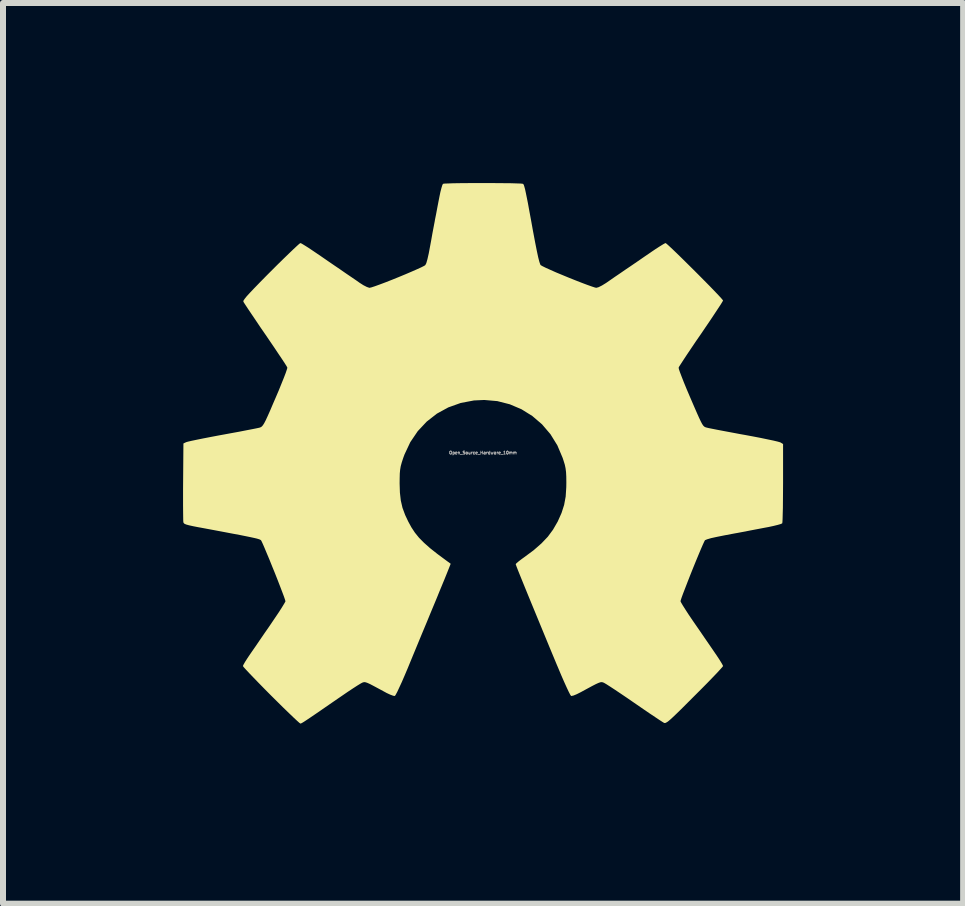
<source format=kicad_pcb>
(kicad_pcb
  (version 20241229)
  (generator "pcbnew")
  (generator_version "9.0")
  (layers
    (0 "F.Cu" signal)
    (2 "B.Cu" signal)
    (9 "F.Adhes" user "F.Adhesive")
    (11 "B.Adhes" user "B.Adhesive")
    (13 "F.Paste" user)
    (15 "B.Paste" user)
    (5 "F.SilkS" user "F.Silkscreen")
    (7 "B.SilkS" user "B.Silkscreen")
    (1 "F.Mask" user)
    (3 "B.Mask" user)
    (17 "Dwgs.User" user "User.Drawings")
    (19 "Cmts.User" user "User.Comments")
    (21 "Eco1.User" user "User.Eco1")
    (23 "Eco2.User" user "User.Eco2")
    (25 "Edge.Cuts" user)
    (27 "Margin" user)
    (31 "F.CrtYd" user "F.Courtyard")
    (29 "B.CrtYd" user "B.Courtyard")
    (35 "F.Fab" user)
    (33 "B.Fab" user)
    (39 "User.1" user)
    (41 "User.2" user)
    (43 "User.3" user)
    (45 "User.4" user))
  (footprint "Open_Source_Hardware_10mm"
    (layer "F.Cu")
    (at 4.997 4.493)
    (property "Reference" "Open_Source_Hardware_10mm" (at 0 0 0) (layer "F.Fab") (effects (font (size 0.05 0.05) (thickness 0.013))))
    (attr board_only exclude_from_pos_files exclude_from_bom)
    (fp_poly (pts (xy 0.111 -4.493) (xy 0.243 -4.492) (xy 0.365 -4.491) (xy 0.473 -4.49) (xy 0.562 -4.487) (xy 0.627 -4.485) (xy 0.662 -4.481) (xy 0.667 -4.48) (xy 0.674 -4.473) (xy 0.682 -4.457) (xy 0.69 -4.431) (xy 0.701 -4.391) (xy 0.713 -4.335) (xy 0.729 -4.257) (xy 0.749 -4.157) (xy 0.772 -4.03) (xy 0.801 -3.874) (xy 0.835 -3.685) (xy 0.837 -3.675) (xy 0.87 -3.5) (xy 0.898 -3.359) (xy 0.921 -3.252) (xy 0.94 -3.179) (xy 0.955 -3.136) (xy 0.961 -3.126) (xy 0.988 -3.11) (xy 1.042 -3.083) (xy 1.12 -3.048) (xy 1.214 -3.006) (xy 1.32 -2.962) (xy 1.431 -2.916) (xy 1.541 -2.872) (xy 1.646 -2.831) (xy 1.739 -2.796) (xy 1.815 -2.769) (xy 1.867 -2.752) (xy 1.889 -2.748) (xy 1.926 -2.758) (xy 1.982 -2.786) (xy 2.044 -2.824) (xy 2.055 -2.831) (xy 2.117 -2.874) (xy 2.199 -2.931) (xy 2.289 -2.992) (xy 2.373 -3.05) (xy 2.468 -3.114) (xy 2.579 -3.19) (xy 2.692 -3.268) (xy 2.795 -3.338) (xy 2.797 -3.34) (xy 2.877 -3.394) (xy 2.947 -3.439) (xy 3.002 -3.473) (xy 3.035 -3.491) (xy 3.042 -3.493) (xy 3.06 -3.481) (xy 3.099 -3.446) (xy 3.157 -3.392) (xy 3.23 -3.322) (xy 3.314 -3.24) (xy 3.405 -3.15) (xy 3.501 -3.055) (xy 3.598 -2.958) (xy 3.691 -2.864) (xy 3.779 -2.775) (xy 3.856 -2.695) (xy 3.921 -2.627) (xy 3.968 -2.576) (xy 3.995 -2.544) (xy 4 -2.536) (xy 3.99 -2.517) (xy 3.962 -2.471) (xy 3.917 -2.403) (xy 3.859 -2.315) (xy 3.79 -2.211) (xy 3.711 -2.095) (xy 3.634 -1.981) (xy 3.548 -1.857) (xy 3.47 -1.741) (xy 3.4 -1.637) (xy 3.342 -1.549) (xy 3.298 -1.481) (xy 3.269 -1.436) (xy 3.26 -1.418) (xy 3.264 -1.394) (xy 3.282 -1.341) (xy 3.311 -1.265) (xy 3.349 -1.168) (xy 3.395 -1.056) (xy 3.447 -0.934) (xy 3.456 -0.913) (xy 3.516 -0.774) (xy 3.563 -0.666) (xy 3.6 -0.583) (xy 3.629 -0.522) (xy 3.651 -0.48) (xy 3.67 -0.452) (xy 3.686 -0.436) (xy 3.703 -0.426) (xy 3.722 -0.42) (xy 3.726 -0.419) (xy 3.759 -0.411) (xy 3.824 -0.398) (xy 3.915 -0.38) (xy 4.026 -0.359) (xy 4.154 -0.335) (xy 4.292 -0.309) (xy 4.355 -0.298) (xy 4.495 -0.272) (xy 4.625 -0.247) (xy 4.74 -0.223) (xy 4.836 -0.203) (xy 4.908 -0.186) (xy 4.95 -0.174) (xy 4.959 -0.17) (xy 5 -0.145) (xy 5 0.505) (xy 4.999 0.656) (xy 4.998 0.796) (xy 4.997 0.92) (xy 4.994 1.024) (xy 4.992 1.105) (xy 4.989 1.157) (xy 4.986 1.176) (xy 4.964 1.187) (xy 4.913 1.202) (xy 4.84 1.22) (xy 4.752 1.239) (xy 4.718 1.245) (xy 4.618 1.264) (xy 4.524 1.282) (xy 4.445 1.297) (xy 4.39 1.308) (xy 4.382 1.31) (xy 4.316 1.322) (xy 4.237 1.337) (xy 4.191 1.345) (xy 4.027 1.376) (xy 3.897 1.402) (xy 3.801 1.423) (xy 3.736 1.442) (xy 3.702 1.456) (xy 3.698 1.459) (xy 3.686 1.482) (xy 3.662 1.534) (xy 3.63 1.608) (xy 3.591 1.701) (xy 3.547 1.807) (xy 3.501 1.92) (xy 3.455 2.035) (xy 3.411 2.147) (xy 3.371 2.251) (xy 3.336 2.341) (xy 3.31 2.412) (xy 3.295 2.458) (xy 3.291 2.474) (xy 3.301 2.496) (xy 3.329 2.544) (xy 3.372 2.612) (xy 3.427 2.697) (xy 3.492 2.793) (xy 3.536 2.857) (xy 3.613 2.968) (xy 3.69 3.081) (xy 3.763 3.187) (xy 3.827 3.28) (xy 3.876 3.352) (xy 3.89 3.372) (xy 3.935 3.44) (xy 3.971 3.498) (xy 3.994 3.539) (xy 4 3.554) (xy 3.988 3.571) (xy 3.952 3.611) (xy 3.897 3.671) (xy 3.824 3.747) (xy 3.737 3.837) (xy 3.638 3.937) (xy 3.53 4.045) (xy 3.528 4.047) (xy 3.405 4.17) (xy 3.305 4.27) (xy 3.225 4.348) (xy 3.163 4.407) (xy 3.116 4.45) (xy 3.081 4.479) (xy 3.055 4.495) (xy 3.037 4.503) (xy 3.023 4.503) (xy 3.015 4.5) (xy 2.99 4.485) (xy 2.939 4.452) (xy 2.866 4.403) (xy 2.776 4.343) (xy 2.672 4.272) (xy 2.559 4.194) (xy 2.518 4.166) (xy 2.402 4.086) (xy 2.294 4.013) (xy 2.197 3.948) (xy 2.116 3.895) (xy 2.055 3.856) (xy 2.019 3.835) (xy 2.013 3.832) (xy 1.994 3.825) (xy 1.976 3.822) (xy 1.954 3.825) (xy 1.923 3.836) (xy 1.879 3.856) (xy 1.817 3.888) (xy 1.732 3.934) (xy 1.625 3.992) (xy 1.561 4.024) (xy 1.507 4.046) (xy 1.473 4.053) (xy 1.469 4.053) (xy 1.455 4.034) (xy 1.43 3.986) (xy 1.395 3.912) (xy 1.352 3.817) (xy 1.303 3.705) (xy 1.251 3.581) (xy 1.228 3.527) (xy 1.109 3.241) (xy 1.001 2.979) (xy 0.903 2.741) (xy 0.816 2.53) (xy 0.74 2.345) (xy 0.676 2.188) (xy 0.624 2.06) (xy 0.585 1.963) (xy 0.559 1.896) (xy 0.547 1.862) (xy 0.545 1.857) (xy 0.559 1.84) (xy 0.597 1.808) (xy 0.651 1.767) (xy 0.686 1.742) (xy 0.845 1.624) (xy 0.974 1.511) (xy 1.08 1.4) (xy 1.167 1.282) (xy 1.241 1.154) (xy 1.246 1.145) (xy 1.309 1.004) (xy 1.352 0.87) (xy 1.378 0.73) (xy 1.388 0.573) (xy 1.389 0.5) (xy 1.388 0.398) (xy 1.384 0.322) (xy 1.376 0.259) (xy 1.363 0.198) (xy 1.342 0.13) (xy 1.327 0.085) (xy 1.239 -0.123) (xy 1.124 -0.309) (xy 0.984 -0.473) (xy 0.822 -0.612) (xy 0.642 -0.724) (xy 0.447 -0.807) (xy 0.239 -0.86) (xy 0.022 -0.879) (xy -0.15 -0.871) (xy -0.371 -0.829) (xy -0.578 -0.755) (xy -0.768 -0.651) (xy -0.938 -0.518) (xy -1.087 -0.359) (xy -1.211 -0.176) (xy -1.307 0.028) (xy -1.328 0.085) (xy -1.353 0.161) (xy -1.37 0.223) (xy -1.38 0.281) (xy -1.386 0.345) (xy -1.388 0.428) (xy -1.389 0.509) (xy -1.384 0.665) (xy -1.369 0.797) (xy -1.341 0.918) (xy -1.296 1.039) (xy -1.245 1.147) (xy -1.192 1.244) (xy -1.134 1.332) (xy -1.066 1.416) (xy -0.983 1.5) (xy -0.883 1.589) (xy -0.759 1.687) (xy -0.609 1.798) (xy -0.59 1.812) (xy -0.538 1.85) (xy -0.595 1.994) (xy -0.608 2.026) (xy -0.623 2.063) (xy -0.641 2.108) (xy -0.664 2.163) (xy -0.692 2.231) (xy -0.726 2.313) (xy -0.766 2.412) (xy -0.815 2.53) (xy -0.873 2.669) (xy -0.94 2.832) (xy -1.019 3.021) (xy -1.109 3.239) (xy -1.211 3.486) (xy -1.254 3.591) (xy -1.305 3.711) (xy -1.352 3.82) (xy -1.395 3.913) (xy -1.429 3.986) (xy -1.455 4.034) (xy -1.468 4.053) (xy -1.496 4.049) (xy -1.545 4.031) (xy -1.607 4.002) (xy -1.625 3.992) (xy -1.736 3.932) (xy -1.82 3.887) (xy -1.881 3.855) (xy -1.925 3.835) (xy -1.955 3.825) (xy -1.977 3.822) (xy -1.994 3.825) (xy -2.013 3.832) (xy -2.042 3.848) (xy -2.096 3.881) (xy -2.17 3.929) (xy -2.259 3.988) (xy -2.358 4.056) (xy -2.418 4.097) (xy -2.569 4.201) (xy -2.692 4.286) (xy -2.791 4.354) (xy -2.869 4.407) (xy -2.927 4.446) (xy -2.971 4.475) (xy -3.001 4.494) (xy -3.021 4.505) (xy -3.033 4.511) (xy -3.042 4.512) (xy -3.043 4.512) (xy -3.06 4.5) (xy -3.1 4.464) (xy -3.159 4.409) (xy -3.235 4.336) (xy -3.325 4.249) (xy -3.425 4.15) (xy -3.532 4.044) (xy -3.639 3.936) (xy -3.737 3.836) (xy -3.824 3.746) (xy -3.897 3.67) (xy -3.952 3.611) (xy -3.988 3.571) (xy -4 3.554) (xy -3.99 3.531) (xy -3.964 3.485) (xy -3.925 3.424) (xy -3.89 3.372) (xy -3.847 3.309) (xy -3.787 3.223) (xy -3.717 3.12) (xy -3.641 3.009) (xy -3.563 2.897) (xy -3.536 2.857) (xy -3.467 2.755) (xy -3.405 2.663) (xy -3.354 2.584) (xy -3.317 2.523) (xy -3.295 2.485) (xy -3.291 2.474) (xy -3.298 2.449) (xy -3.316 2.396) (xy -3.345 2.319) (xy -3.381 2.225) (xy -3.422 2.119) (xy -3.467 2.005) (xy -3.514 1.89) (xy -3.559 1.778) (xy -3.602 1.676) (xy -3.639 1.587) (xy -3.669 1.518) (xy -3.69 1.473) (xy -3.698 1.459) (xy -3.706 1.453) (xy -3.719 1.446) (xy -3.739 1.439) (xy -3.769 1.43) (xy -3.812 1.42) (xy -3.872 1.407) (xy -3.95 1.391) (xy -4.049 1.371) (xy -4.173 1.348) (xy -4.325 1.319) (xy -4.506 1.285) (xy -4.72 1.245) (xy -4.723 1.245) (xy -4.826 1.225) (xy -4.898 1.209) (xy -4.945 1.196) (xy -4.973 1.184) (xy -4.987 1.17) (xy -4.992 1.158) (xy -4.994 1.131) (xy -4.995 1.072) (xy -4.996 0.986) (xy -4.997 0.877) (xy -4.997 0.749) (xy -4.997 0.607) (xy -4.996 0.482) (xy -4.991 -0.154) (xy -4.945 -0.176) (xy -4.917 -0.184) (xy -4.857 -0.198) (xy -4.771 -0.216) (xy -4.663 -0.238) (xy -4.539 -0.262) (xy -4.402 -0.288) (xy -4.336 -0.3) (xy -4.195 -0.326) (xy -4.063 -0.35) (xy -3.946 -0.373) (xy -3.847 -0.392) (xy -3.772 -0.407) (xy -3.726 -0.417) (xy -3.716 -0.42) (xy -3.699 -0.427) (xy -3.683 -0.439) (xy -3.666 -0.459) (xy -3.645 -0.492) (xy -3.62 -0.54) (xy -3.588 -0.609) (xy -3.547 -0.701) (xy -3.496 -0.821) (xy -3.456 -0.913) (xy -3.403 -1.037) (xy -3.357 -1.151) (xy -3.317 -1.25) (xy -3.286 -1.331) (xy -3.267 -1.388) (xy -3.259 -1.416) (xy -3.26 -1.418) (xy -3.271 -1.44) (xy -3.301 -1.488) (xy -3.347 -1.558) (xy -3.407 -1.647) (xy -3.477 -1.752) (xy -3.556 -1.868) (xy -3.624 -1.968) (xy -3.709 -2.091) (xy -3.786 -2.206) (xy -3.855 -2.308) (xy -3.913 -2.394) (xy -3.957 -2.461) (xy -3.985 -2.504) (xy -3.993 -2.52) (xy -3.99 -2.535) (xy -3.972 -2.562) (xy -3.938 -2.605) (xy -3.885 -2.663) (xy -3.812 -2.74) (xy -3.718 -2.837) (xy -3.6 -2.957) (xy -3.535 -3.022) (xy -3.427 -3.13) (xy -3.326 -3.229) (xy -3.236 -3.316) (xy -3.16 -3.389) (xy -3.1 -3.445) (xy -3.06 -3.481) (xy -3.042 -3.493) (xy -3.042 -3.493) (xy -3.02 -3.484) (xy -2.974 -3.456) (xy -2.91 -3.416) (xy -2.834 -3.365) (xy -2.797 -3.34) (xy -2.694 -3.27) (xy -2.581 -3.192) (xy -2.47 -3.116) (xy -2.374 -3.051) (xy -2.373 -3.05) (xy -2.285 -2.989) (xy -2.195 -2.928) (xy -2.113 -2.872) (xy -2.055 -2.831) (xy -1.992 -2.791) (xy -1.935 -2.762) (xy -1.894 -2.748) (xy -1.889 -2.748) (xy -1.858 -2.755) (xy -1.8 -2.774) (xy -1.72 -2.803) (xy -1.624 -2.839) (xy -1.517 -2.881) (xy -1.406 -2.926) (xy -1.295 -2.972) (xy -1.192 -3.016) (xy -1.101 -3.056) (xy -1.028 -3.089) (xy -0.979 -3.114) (xy -0.961 -3.126) (xy -0.944 -3.159) (xy -0.925 -3.226) (xy -0.903 -3.323) (xy -0.883 -3.43) (xy -0.862 -3.543) (xy -0.841 -3.662) (xy -0.82 -3.772) (xy -0.803 -3.861) (xy -0.801 -3.876) (xy -0.782 -3.97) (xy -0.761 -4.083) (xy -0.739 -4.197) (xy -0.727 -4.258) (xy -0.71 -4.341) (xy -0.692 -4.411) (xy -0.677 -4.46) (xy -0.666 -4.48) (xy -0.643 -4.484) (xy -0.589 -4.486) (xy -0.508 -4.489) (xy -0.407 -4.491) (xy -0.289 -4.492) (xy -0.16 -4.493) (xy -0.025 -4.493)) (stroke (width 0) (type solid)) (fill yes) (layer "F.SilkS")))
  (gr_rect
    (start -3 -3)
    (end 12.997 12.006)
    (stroke (width 0.1) (type default))
    (fill no)
    (layer "Edge.Cuts")))
</source>
